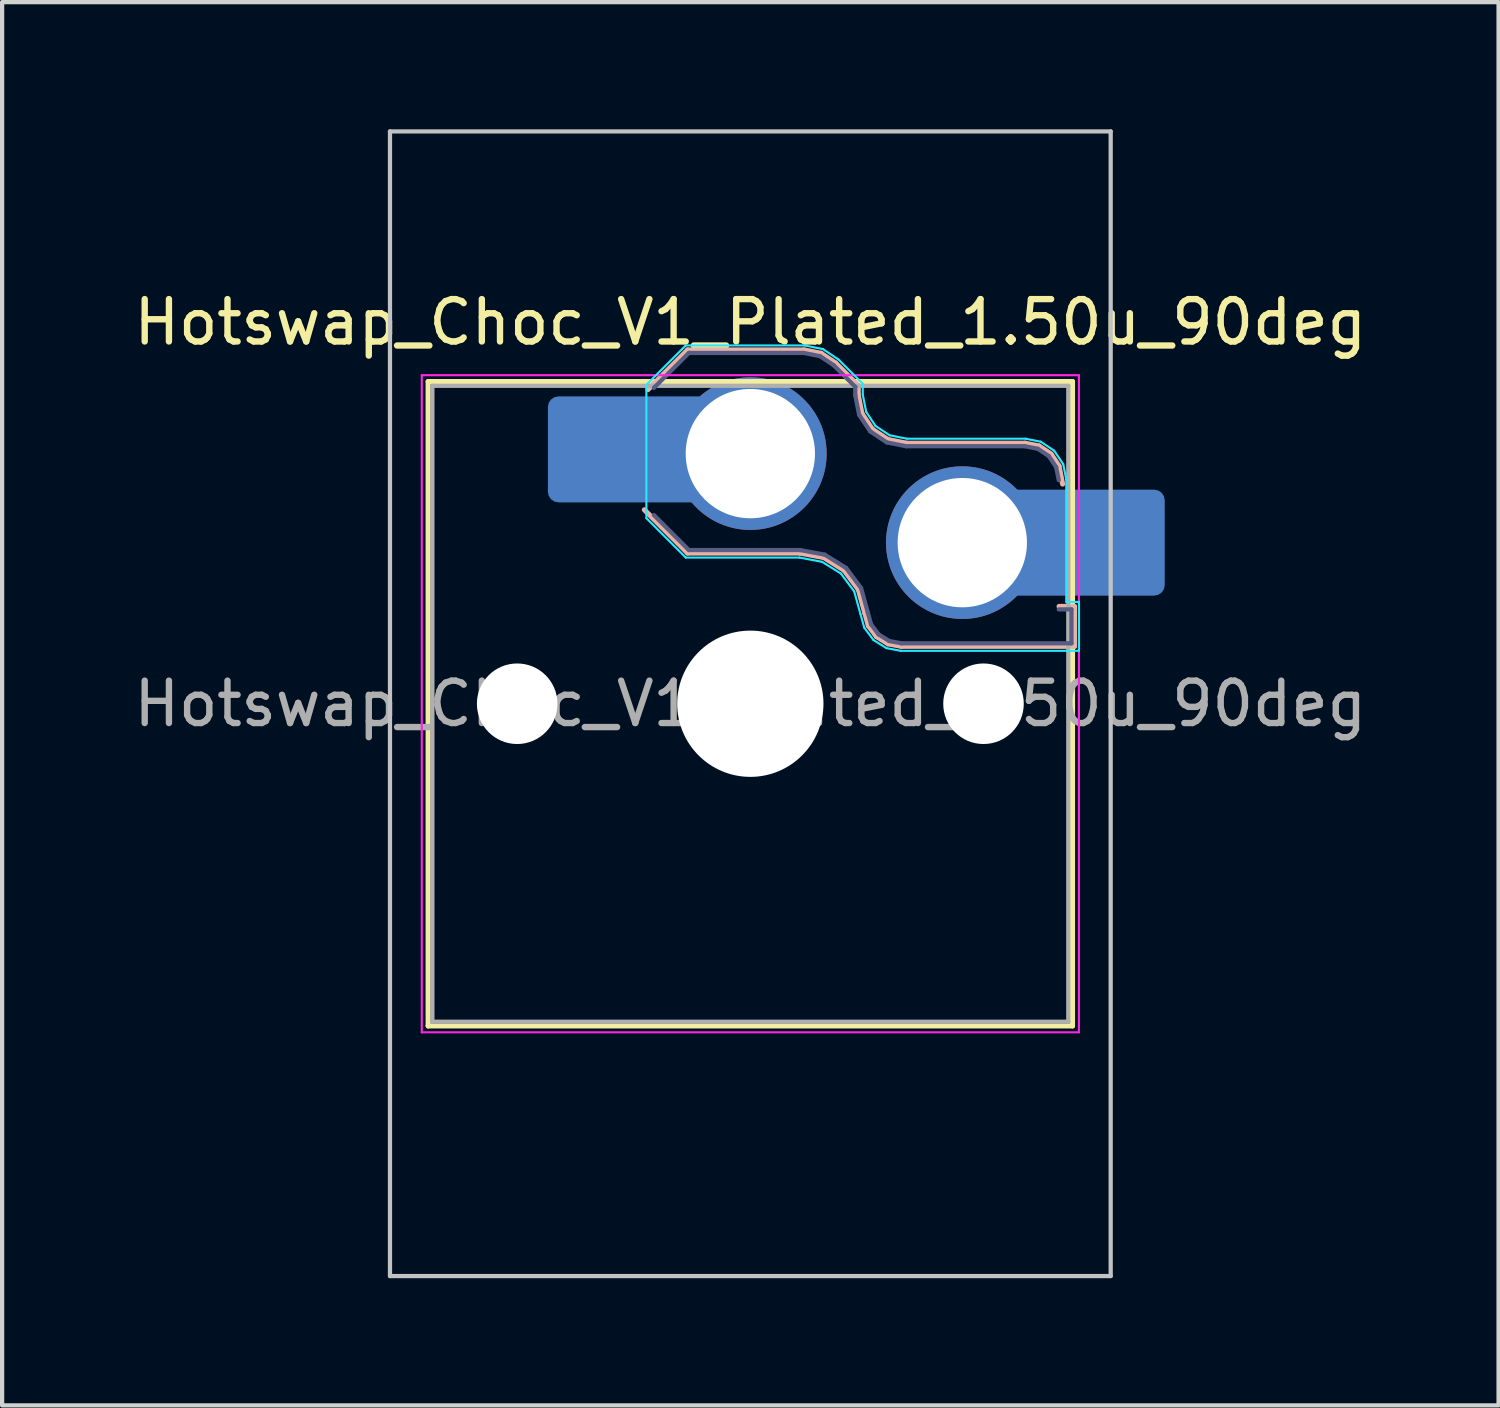
<source format=kicad_pcb>
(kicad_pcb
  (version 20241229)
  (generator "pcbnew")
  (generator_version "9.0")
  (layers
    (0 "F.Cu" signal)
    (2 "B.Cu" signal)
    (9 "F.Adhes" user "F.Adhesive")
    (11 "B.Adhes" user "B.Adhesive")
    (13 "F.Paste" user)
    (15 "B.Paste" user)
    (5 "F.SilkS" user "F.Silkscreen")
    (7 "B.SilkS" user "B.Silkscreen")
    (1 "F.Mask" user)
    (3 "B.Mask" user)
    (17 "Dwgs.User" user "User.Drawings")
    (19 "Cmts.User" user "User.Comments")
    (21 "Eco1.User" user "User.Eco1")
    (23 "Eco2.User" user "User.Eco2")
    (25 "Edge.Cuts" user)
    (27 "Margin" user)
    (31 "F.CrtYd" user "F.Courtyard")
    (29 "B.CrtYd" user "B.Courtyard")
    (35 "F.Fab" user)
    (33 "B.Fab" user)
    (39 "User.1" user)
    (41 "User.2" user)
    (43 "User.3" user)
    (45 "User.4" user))
  (footprint "Hotswap_Choc_V1_Plated_1.50u_90deg"
    (layer "F.Cu")
    (at 14.649 13.55)
    (property "Reference" "Hotswap_Choc_V1_Plated_1.50u_90deg" (at 0 -9 0) (layer "F.SilkS") (effects (font (size 1 1) (thickness 0.15))))
    (attr smd)
    (fp_line (start -7.6 -7.6) (end -7.6 7.6) (stroke (width 0.12) (type solid)) (layer "F.SilkS"))
    (fp_line (start -7.6 7.6) (end 7.6 7.6) (stroke (width 0.12) (type solid)) (layer "F.SilkS"))
    (fp_line (start 7.6 -7.6) (end -7.6 -7.6) (stroke (width 0.12) (type solid)) (layer "F.SilkS"))
    (fp_line (start 7.6 7.6) (end 7.6 -7.6) (stroke (width 0.12) (type solid)) (layer "F.SilkS"))
    (fp_line (start -2.416 -7.409) (end -1.479 -8.346) (stroke (width 0.12) (type solid)) (layer "B.SilkS"))
    (fp_line (start -1.479 -8.346) (end 1.268 -8.346) (stroke (width 0.12) (type solid)) (layer "B.SilkS"))
    (fp_line (start -1.479 -3.554) (end -2.5 -4.575) (stroke (width 0.12) (type solid)) (layer "B.SilkS"))
    (fp_line (start 1.168 -3.554) (end -1.479 -3.554) (stroke (width 0.12) (type solid)) (layer "B.SilkS"))
    (fp_line (start 1.268 -8.346) (end 1.671 -8.266) (stroke (width 0.12) (type solid)) (layer "B.SilkS"))
    (fp_line (start 1.671 -8.266) (end 2.013 -8.037) (stroke (width 0.12) (type solid)) (layer "B.SilkS"))
    (fp_line (start 1.73 -3.449) (end 1.168 -3.554) (stroke (width 0.12) (type solid)) (layer "B.SilkS"))
    (fp_line (start 2.013 -8.037) (end 2.546 -7.504) (stroke (width 0.12) (type solid)) (layer "B.SilkS"))
    (fp_line (start 2.209 -3.15) (end 1.73 -3.449) (stroke (width 0.12) (type solid)) (layer "B.SilkS"))
    (fp_line (start 2.546 -7.504) (end 2.546 -7.282) (stroke (width 0.12) (type solid)) (layer "B.SilkS"))
    (fp_line (start 2.546 -7.282) (end 2.633 -6.844) (stroke (width 0.12) (type solid)) (layer "B.SilkS"))
    (fp_line (start 2.547 -2.697) (end 2.209 -3.15) (stroke (width 0.12) (type solid)) (layer "B.SilkS"))
    (fp_line (start 2.633 -6.844) (end 2.877 -6.477) (stroke (width 0.12) (type solid)) (layer "B.SilkS"))
    (fp_line (start 2.701 -2.139) (end 2.547 -2.697) (stroke (width 0.12) (type solid)) (layer "B.SilkS"))
    (fp_line (start 2.783 -1.841) (end 2.701 -2.139) (stroke (width 0.12) (type solid)) (layer "B.SilkS"))
    (fp_line (start 2.877 -6.477) (end 3.244 -6.233) (stroke (width 0.12) (type solid)) (layer "B.SilkS"))
    (fp_line (start 2.976 -1.583) (end 2.783 -1.841) (stroke (width 0.12) (type solid)) (layer "B.SilkS"))
    (fp_line (start 3.244 -6.233) (end 3.682 -6.146) (stroke (width 0.12) (type solid)) (layer "B.SilkS"))
    (fp_line (start 3.25 -1.413) (end 2.976 -1.583) (stroke (width 0.12) (type solid)) (layer "B.SilkS"))
    (fp_line (start 3.56 -1.354) (end 3.25 -1.413) (stroke (width 0.12) (type solid)) (layer "B.SilkS"))
    (fp_line (start 3.682 -6.146) (end 6.482 -6.146) (stroke (width 0.12) (type solid)) (layer "B.SilkS"))
    (fp_line (start 6.482 -6.146) (end 6.809 -6.081) (stroke (width 0.12) (type solid)) (layer "B.SilkS"))
    (fp_line (start 6.809 -6.081) (end 7.092 -5.892) (stroke (width 0.12) (type solid)) (layer "B.SilkS"))
    (fp_line (start 7.092 -5.892) (end 7.281 -5.609) (stroke (width 0.12) (type solid)) (layer "B.SilkS"))
    (fp_line (start 7.281 -5.609) (end 7.366 -5.182) (stroke (width 0.12) (type solid)) (layer "B.SilkS"))
    (fp_line (start 7.283 -2.296) (end 7.646 -2.296) (stroke (width 0.12) (type solid)) (layer "B.SilkS"))
    (fp_line (start 7.646 -2.296) (end 7.646 -1.354) (stroke (width 0.12) (type solid)) (layer "B.SilkS"))
    (fp_line (start 7.646 -1.354) (end 3.56 -1.354) (stroke (width 0.12) (type solid)) (layer "B.SilkS"))
    (fp_line (start -8.5 -13.5) (end 8.5 -13.5) (stroke (width 0.1) (type solid)) (layer "Dwgs.User"))
    (fp_line (start -8.5 13.5) (end -8.5 -13.5) (stroke (width 0.1) (type solid)) (layer "Dwgs.User"))
    (fp_line (start 8.5 -13.5) (end 8.5 13.5) (stroke (width 0.1) (type solid)) (layer "Dwgs.User"))
    (fp_line (start 8.5 13.5) (end -8.5 13.5) (stroke (width 0.1) (type solid)) (layer "Dwgs.User"))
    (fp_line (start -7.25 -7.25) (end -7.25 7.25) (stroke (width 0.1) (type solid)) (layer "Eco1.User"))
    (fp_line (start -7.25 7.25) (end 7.25 7.25) (stroke (width 0.1) (type solid)) (layer "Eco1.User"))
    (fp_line (start 7.25 -7.25) (end -7.25 -7.25) (stroke (width 0.1) (type solid)) (layer "Eco1.User"))
    (fp_line (start 7.25 7.25) (end 7.25 -7.25) (stroke (width 0.1) (type solid)) (layer "Eco1.User"))
    (fp_line (start -2.452 -7.523) (end -1.523 -8.452) (stroke (width 0.05) (type solid)) (layer "B.CrtYd"))
    (fp_line (start -2.452 -4.377) (end -2.452 -7.523) (stroke (width 0.05) (type solid)) (layer "B.CrtYd"))
    (fp_line (start -1.523 -8.452) (end 1.278 -8.452) (stroke (width 0.05) (type solid)) (layer "B.CrtYd"))
    (fp_line (start -1.523 -3.448) (end -2.452 -4.377) (stroke (width 0.05) (type solid)) (layer "B.CrtYd"))
    (fp_line (start 1.159 -3.448) (end -1.523 -3.448) (stroke (width 0.05) (type solid)) (layer "B.CrtYd"))
    (fp_line (start 1.278 -8.452) (end 1.712 -8.366) (stroke (width 0.05) (type solid)) (layer "B.CrtYd"))
    (fp_line (start 1.691 -3.348) (end 1.159 -3.448) (stroke (width 0.05) (type solid)) (layer "B.CrtYd"))
    (fp_line (start 1.712 -8.366) (end 2.081 -8.119) (stroke (width 0.05) (type solid)) (layer "B.CrtYd"))
    (fp_line (start 2.081 -8.119) (end 2.652 -7.548) (stroke (width 0.05) (type solid)) (layer "B.CrtYd"))
    (fp_line (start 2.136 -3.071) (end 1.691 -3.348) (stroke (width 0.05) (type solid)) (layer "B.CrtYd"))
    (fp_line (start 2.45 -2.65) (end 2.136 -3.071) (stroke (width 0.05) (type solid)) (layer "B.CrtYd"))
    (fp_line (start 2.599 -2.111) (end 2.45 -2.65) (stroke (width 0.05) (type solid)) (layer "B.CrtYd"))
    (fp_line (start 2.652 -7.548) (end 2.652 -7.292) (stroke (width 0.05) (type solid)) (layer "B.CrtYd"))
    (fp_line (start 2.652 -7.292) (end 2.733 -6.885) (stroke (width 0.05) (type solid)) (layer "B.CrtYd"))
    (fp_line (start 2.687 -1.794) (end 2.599 -2.111) (stroke (width 0.05) (type solid)) (layer "B.CrtYd"))
    (fp_line (start 2.733 -6.885) (end 2.953 -6.553) (stroke (width 0.05) (type solid)) (layer "B.CrtYd"))
    (fp_line (start 2.903 -1.503) (end 2.687 -1.794) (stroke (width 0.05) (type solid)) (layer "B.CrtYd"))
    (fp_line (start 2.953 -6.553) (end 3.285 -6.333) (stroke (width 0.05) (type solid)) (layer "B.CrtYd"))
    (fp_line (start 3.211 -1.312) (end 2.903 -1.503) (stroke (width 0.05) (type solid)) (layer "B.CrtYd"))
    (fp_line (start 3.285 -6.333) (end 3.692 -6.252) (stroke (width 0.05) (type solid)) (layer "B.CrtYd"))
    (fp_line (start 3.55 -1.248) (end 3.211 -1.312) (stroke (width 0.05) (type solid)) (layer "B.CrtYd"))
    (fp_line (start 3.692 -6.252) (end 6.492 -6.252) (stroke (width 0.05) (type solid)) (layer "B.CrtYd"))
    (fp_line (start 6.492 -6.252) (end 6.85 -6.181) (stroke (width 0.05) (type solid)) (layer "B.CrtYd"))
    (fp_line (start 6.85 -6.181) (end 7.168 -5.968) (stroke (width 0.05) (type solid)) (layer "B.CrtYd"))
    (fp_line (start 7.168 -5.968) (end 7.381 -5.65) (stroke (width 0.05) (type solid)) (layer "B.CrtYd"))
    (fp_line (start 7.381 -5.65) (end 7.452 -5.292) (stroke (width 0.05) (type solid)) (layer "B.CrtYd"))
    (fp_line (start 7.452 -5.292) (end 7.452 -2.402) (stroke (width 0.05) (type solid)) (layer "B.CrtYd"))
    (fp_line (start 7.452 -2.402) (end 7.752 -2.402) (stroke (width 0.05) (type solid)) (layer "B.CrtYd"))
    (fp_line (start 7.752 -2.402) (end 7.752 -1.248) (stroke (width 0.05) (type solid)) (layer "B.CrtYd"))
    (fp_line (start 7.752 -1.248) (end 3.55 -1.248) (stroke (width 0.05) (type solid)) (layer "B.CrtYd"))
    (fp_line (start -7.75 -7.75) (end -7.75 7.75) (stroke (width 0.05) (type solid)) (layer "F.CrtYd"))
    (fp_line (start -7.75 7.75) (end 7.75 7.75) (stroke (width 0.05) (type solid)) (layer "F.CrtYd"))
    (fp_line (start 7.75 -7.75) (end -7.75 -7.75) (stroke (width 0.05) (type solid)) (layer "F.CrtYd"))
    (fp_line (start 7.75 7.75) (end 7.75 -7.75) (stroke (width 0.05) (type solid)) (layer "F.CrtYd"))
    (fp_line (start -2.275 -7.45) (end -1.45 -8.275) (stroke (width 0.1) (type solid)) (layer "B.Fab"))
    (fp_line (start -1.45 -8.275) (end 1.261 -8.275) (stroke (width 0.1) (type solid)) (layer "B.Fab"))
    (fp_line (start -1.45 -3.625) (end -2.275 -4.45) (stroke (width 0.1) (type solid)) (layer "B.Fab"))
    (fp_line (start 1.175 -3.625) (end -1.45 -3.625) (stroke (width 0.1) (type solid)) (layer "B.Fab"))
    (fp_line (start 1.261 -8.275) (end 1.643 -8.199) (stroke (width 0.1) (type solid)) (layer "B.Fab"))
    (fp_line (start 1.643 -8.199) (end 1.968 -7.982) (stroke (width 0.1) (type solid)) (layer "B.Fab"))
    (fp_line (start 1.756 -3.516) (end 1.175 -3.625) (stroke (width 0.1) (type solid)) (layer "B.Fab"))
    (fp_line (start 1.968 -7.982) (end 2.475 -7.475) (stroke (width 0.1) (type solid)) (layer "B.Fab"))
    (fp_line (start 2.258 -3.203) (end 1.756 -3.516) (stroke (width 0.1) (type solid)) (layer "B.Fab"))
    (fp_line (start 2.475 -7.475) (end 2.475 -7.275) (stroke (width 0.1) (type solid)) (layer "B.Fab"))
    (fp_line (start 2.475 -7.275) (end 2.566 -6.816) (stroke (width 0.1) (type solid)) (layer "B.Fab"))
    (fp_line (start 2.566 -6.816) (end 2.826 -6.426) (stroke (width 0.1) (type solid)) (layer "B.Fab"))
    (fp_line (start 2.612 -2.729) (end 2.258 -3.203) (stroke (width 0.1) (type solid)) (layer "B.Fab"))
    (fp_line (start 2.769 -2.158) (end 2.612 -2.729) (stroke (width 0.1) (type solid)) (layer "B.Fab"))
    (fp_line (start 2.826 -6.426) (end 3.216 -6.166) (stroke (width 0.1) (type solid)) (layer "B.Fab"))
    (fp_line (start 2.848 -1.873) (end 2.769 -2.158) (stroke (width 0.1) (type solid)) (layer "B.Fab"))
    (fp_line (start 3.025 -1.636) (end 2.848 -1.873) (stroke (width 0.1) (type solid)) (layer "B.Fab"))
    (fp_line (start 3.216 -6.166) (end 3.675 -6.075) (stroke (width 0.1) (type solid)) (layer "B.Fab"))
    (fp_line (start 3.276 -1.48) (end 3.025 -1.636) (stroke (width 0.1) (type solid)) (layer "B.Fab"))
    (fp_line (start 3.567 -1.425) (end 3.276 -1.48) (stroke (width 0.1) (type solid)) (layer "B.Fab"))
    (fp_line (start 3.675 -6.075) (end 6.475 -6.075) (stroke (width 0.1) (type solid)) (layer "B.Fab"))
    (fp_line (start 6.475 -6.075) (end 6.781 -6.014) (stroke (width 0.1) (type solid)) (layer "B.Fab"))
    (fp_line (start 6.781 -6.014) (end 7.041 -5.841) (stroke (width 0.1) (type solid)) (layer "B.Fab"))
    (fp_line (start 7.041 -5.841) (end 7.214 -5.581) (stroke (width 0.1) (type solid)) (layer "B.Fab"))
    (fp_line (start 7.214 -5.581) (end 7.275 -5.275) (stroke (width 0.1) (type solid)) (layer "B.Fab"))
    (fp_line (start 7.275 -2.225) (end 7.575 -2.225) (stroke (width 0.1) (type solid)) (layer "B.Fab"))
    (fp_line (start 7.575 -2.225) (end 7.575 -1.425) (stroke (width 0.1) (type solid)) (layer "B.Fab"))
    (fp_line (start 7.575 -1.425) (end 3.567 -1.425) (stroke (width 0.1) (type solid)) (layer "B.Fab"))
    (fp_line (start -7.5 -7.5) (end -7.5 7.5) (stroke (width 0.1) (type solid)) (layer "F.Fab"))
    (fp_line (start -7.5 7.5) (end 7.5 7.5) (stroke (width 0.1) (type solid)) (layer "F.Fab"))
    (fp_line (start 7.5 -7.5) (end -7.5 -7.5) (stroke (width 0.1) (type solid)) (layer "F.Fab"))
    (fp_line (start 7.5 7.5) (end 7.5 -7.5) (stroke (width 0.1) (type solid)) (layer "F.Fab"))
    (fp_text user "${REFERENCE}" (at 0 0 0) (layer "F.Fab") (effects (font (size 1 1) (thickness 0.15))))
    (pad "" np_thru_hole circle (at -5.5 0) (size 1.9 1.9) (drill 1.9) (layers "*.Cu" "*.Mask"))
    (pad "" smd roundrect (at -3.5 -6) (size 2.55 2.5) (layers "B.Mask" "B.Paste") (roundrect_rratio 0.1))
    (pad "" np_thru_hole circle (at 0 0) (size 3.45 3.45) (drill 3.45) (layers "*.Cu" "*.Mask"))
    (pad "" np_thru_hole circle (at 5.5 0) (size 1.9 1.9) (drill 1.9) (layers "*.Cu" "*.Mask"))
    (pad "" smd roundrect (at 8.5 -3.8) (size 2.55 2.5) (layers "B.Mask" "B.Paste") (roundrect_rratio 0.1))
    (pad "1" smd roundrect (at -2.85 -6) (size 3.85 2.5) (layers "B.Cu") (roundrect_rratio 0.1))
    (pad "1" thru_hole circle (at 0 -5.9) (size 3.6 3.6) (drill 3.05) (layers "*.Cu" "*.Mask"))
    (pad "2" thru_hole circle (at 5 -3.8) (size 3.6 3.6) (drill 3.05) (layers "*.Cu" "*.Mask"))
    (pad "2" smd roundrect (at 7.85 -3.8) (size 3.85 2.5) (layers "B.Cu") (roundrect_rratio 0.1)))
  (gr_rect
    (start -3 -3)
    (end 32.298 30.1)
    (stroke (width 0.1) (type default))
    (fill no)
    (layer "Edge.Cuts")))
</source>
